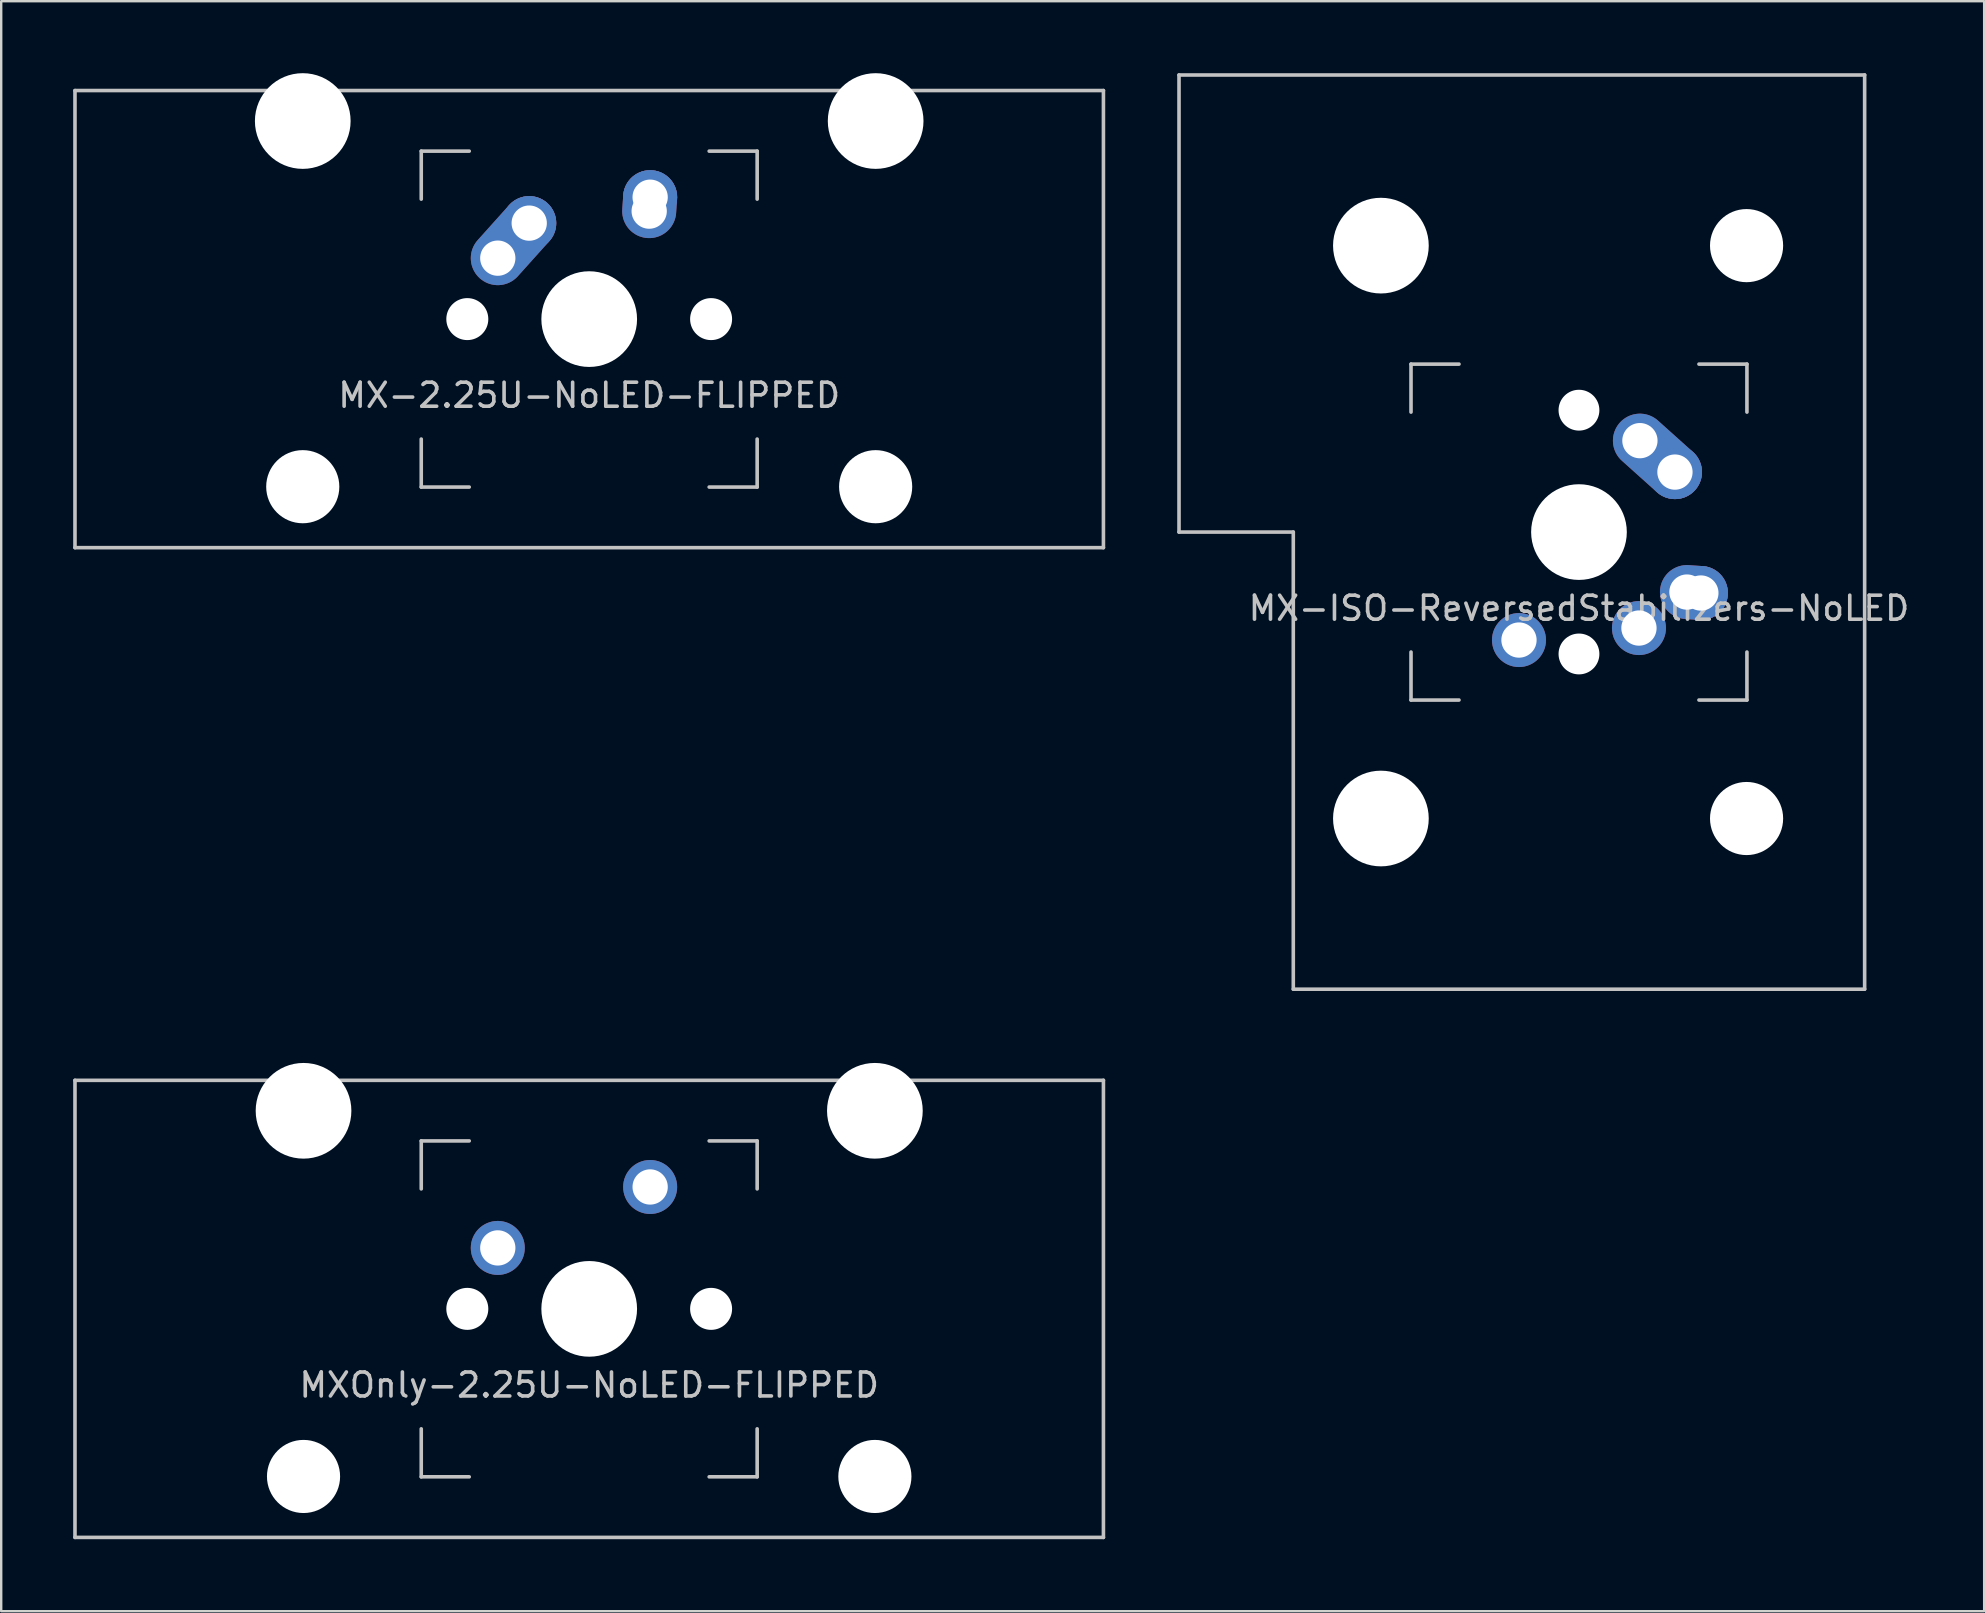
<source format=kicad_pcb>
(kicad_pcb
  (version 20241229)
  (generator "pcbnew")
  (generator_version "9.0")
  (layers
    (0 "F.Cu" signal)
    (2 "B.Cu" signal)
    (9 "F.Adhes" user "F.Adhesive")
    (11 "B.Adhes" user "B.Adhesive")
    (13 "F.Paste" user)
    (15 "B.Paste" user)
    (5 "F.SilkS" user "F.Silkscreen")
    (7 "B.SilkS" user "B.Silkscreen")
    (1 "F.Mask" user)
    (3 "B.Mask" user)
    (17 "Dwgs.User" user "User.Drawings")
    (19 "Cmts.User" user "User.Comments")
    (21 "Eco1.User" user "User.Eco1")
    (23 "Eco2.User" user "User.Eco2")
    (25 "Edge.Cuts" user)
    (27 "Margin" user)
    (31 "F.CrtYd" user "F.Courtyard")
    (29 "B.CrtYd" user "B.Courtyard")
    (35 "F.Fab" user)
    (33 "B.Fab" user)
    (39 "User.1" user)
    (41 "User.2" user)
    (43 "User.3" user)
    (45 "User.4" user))
  (footprint "MX-2.25U-NoLED-FLIPPED"
    (layer "F.Cu")
    (at 21.506 10.249)
    (property "Reference" "MX-2.25U-NoLED-FLIPPED" (at 0 3.175 0) (layer "Dwgs.User") (effects (font (size 1 1) (thickness 0.15))))
    (attr through_hole)
    (fp_line (start -21.431 9.525) (end -21.431 -9.525) (stroke (width 0.15) (type solid)) (layer "Dwgs.User"))
    (fp_line (start -7 -7) (end -7 -5) (stroke (width 0.15) (type solid)) (layer "Dwgs.User"))
    (fp_line (start -7 5) (end -7 7) (stroke (width 0.15) (type solid)) (layer "Dwgs.User"))
    (fp_line (start -7 7) (end -5 7) (stroke (width 0.15) (type solid)) (layer "Dwgs.User"))
    (fp_line (start -5 -7) (end -7 -7) (stroke (width 0.15) (type solid)) (layer "Dwgs.User"))
    (fp_line (start 5 -7) (end 7 -7) (stroke (width 0.15) (type solid)) (layer "Dwgs.User"))
    (fp_line (start 5 7) (end 7 7) (stroke (width 0.15) (type solid)) (layer "Dwgs.User"))
    (fp_line (start 7 -7) (end 7 -5) (stroke (width 0.15) (type solid)) (layer "Dwgs.User"))
    (fp_line (start 7 7) (end 7 5) (stroke (width 0.15) (type solid)) (layer "Dwgs.User"))
    (fp_line (start 21.431 -9.525) (end -21.431 -9.525) (stroke (width 0.15) (type solid)) (layer "Dwgs.User"))
    (fp_line (start 21.431 -9.525) (end 21.431 9.525) (stroke (width 0.15) (type solid)) (layer "Dwgs.User"))
    (fp_line (start 21.431 9.525) (end -21.431 9.525) (stroke (width 0.15) (type solid)) (layer "Dwgs.User"))
    (pad "" np_thru_hole circle (at -11.938 -8.255 180) (size 3.988 3.988) (drill 3.988) (layers "*.Cu" "*.Mask"))
    (pad "" np_thru_hole circle (at -11.938 6.985 180) (size 3.048 3.048) (drill 3.048) (layers "*.Cu" "*.Mask"))
    (pad "" np_thru_hole circle (at -5.08 0 48.1) (size 1.75 1.75) (drill 1.75) (layers "*.Cu" "*.Mask"))
    (pad "" np_thru_hole circle (at 0 0 90) (size 3.988 3.988) (drill 3.988) (layers "*.Cu" "*.Mask"))
    (pad "" np_thru_hole circle (at 5.08 0 48.1) (size 1.75 1.75) (drill 1.75) (layers "*.Cu" "*.Mask"))
    (pad "" np_thru_hole circle (at 11.938 -8.255 180) (size 3.988 3.988) (drill 3.988) (layers "*.Cu" "*.Mask"))
    (pad "" np_thru_hole circle (at 11.938 6.985 180) (size 3.048 3.048) (drill 3.048) (layers "*.Cu" "*.Mask"))
    (pad "1" thru_hole oval (at -3.81 -2.54 48.1) (size 4.212 2.25) (drill 1.47 (offset 0.981 0)) (layers "*.Cu" "B.Mask"))
    (pad "1" thru_hole circle (at -2.5 -4) (size 2.25 2.25) (drill 1.47) (layers "*.Cu" "B.Mask"))
    (pad "2" thru_hole oval (at 2.5 -4.5 86.055) (size 2.831 2.25) (drill 1.47 (offset 0.291 0)) (layers "*.Cu" "B.Mask"))
    (pad "2" thru_hole circle (at 2.54 -5.08) (size 2.25 2.25) (drill 1.47) (layers "*.Cu" "B.Mask")))
  (footprint "MX-ISO-ReversedStabilizers-NoLED"
    (layer "F.Cu")
    (at 62.756 19.125)
    (property "Reference" "MX-ISO-ReversedStabilizers-NoLED" (at 0 3.175 0) (layer "Dwgs.User") (effects (font (size 1 1) (thickness 0.15))))
    (attr through_hole)
    (fp_line (start -16.669 -19.05) (end -16.669 0) (stroke (width 0.15) (type solid)) (layer "Dwgs.User"))
    (fp_line (start -16.669 -19.05) (end 11.906 -19.05) (stroke (width 0.15) (type solid)) (layer "Dwgs.User"))
    (fp_line (start -11.906 0) (end -16.669 0) (stroke (width 0.15) (type solid)) (layer "Dwgs.User"))
    (fp_line (start -11.906 19.05) (end -11.906 0) (stroke (width 0.15) (type solid)) (layer "Dwgs.User"))
    (fp_line (start -11.906 19.05) (end 11.906 19.05) (stroke (width 0.15) (type solid)) (layer "Dwgs.User"))
    (fp_line (start -7 -7) (end -7 -5) (stroke (width 0.15) (type solid)) (layer "Dwgs.User"))
    (fp_line (start -7 5) (end -7 7) (stroke (width 0.15) (type solid)) (layer "Dwgs.User"))
    (fp_line (start -7 7) (end -5 7) (stroke (width 0.15) (type solid)) (layer "Dwgs.User"))
    (fp_line (start -5 -7) (end -7 -7) (stroke (width 0.15) (type solid)) (layer "Dwgs.User"))
    (fp_line (start 5 -7) (end 7 -7) (stroke (width 0.15) (type solid)) (layer "Dwgs.User"))
    (fp_line (start 5 7) (end 7 7) (stroke (width 0.15) (type solid)) (layer "Dwgs.User"))
    (fp_line (start 7 -7) (end 7 -5) (stroke (width 0.15) (type solid)) (layer "Dwgs.User"))
    (fp_line (start 7 7) (end 7 5) (stroke (width 0.15) (type solid)) (layer "Dwgs.User"))
    (fp_line (start 11.906 -19.05) (end 11.906 19.05) (stroke (width 0.15) (type solid)) (layer "Dwgs.User"))
    (pad "" np_thru_hole circle (at -8.255 -11.938) (size 3.988 3.988) (drill 3.988) (layers "*.Cu" "*.Mask"))
    (pad "" np_thru_hole circle (at -8.255 11.938) (size 3.988 3.988) (drill 3.988) (layers "*.Cu" "*.Mask"))
    (pad "" np_thru_hole circle (at 0 -5.08 48.1) (size 1.702 1.702) (drill 1.702) (layers "*.Cu" "*.Mask"))
    (pad "" np_thru_hole circle (at 0 0) (size 3.988 3.988) (drill 3.988) (layers "*.Cu" "*.Mask"))
    (pad "" np_thru_hole circle (at 0 5.08 48.1) (size 1.702 1.702) (drill 1.702) (layers "*.Cu" "*.Mask"))
    (pad "" np_thru_hole circle (at 6.985 -11.938) (size 3.048 3.048) (drill 3.048) (layers "*.Cu" "*.Mask"))
    (pad "" np_thru_hole circle (at 6.985 11.938) (size 3.048 3.048) (drill 3.048) (layers "*.Cu" "*.Mask"))
    (pad "1" thru_hole circle (at 2.5 4) (size 2.25 2.25) (drill 1.47) (layers "*.Cu" "B.Mask"))
    (pad "1" thru_hole oval (at 4.5 2.5 356.055) (size 2.831 2.25) (drill 1.47 (offset 0.291 0)) (layers "*.Cu" "B.Mask"))
    (pad "1" thru_hole circle (at 5.08 2.54) (size 2.25 2.25) (drill 1.47) (layers "*.Cu" "B.Mask"))
    (pad "2" thru_hole circle (at -2.5 4.5) (size 2.25 2.25) (drill 1.47) (layers "*.Cu" "B.Mask"))
    (pad "2" thru_hole oval (at 2.54 -3.81 318.1) (size 4.212 2.25) (drill 1.47 (offset 0.981 0)) (layers "*.Cu" "B.Mask"))
    (pad "2" thru_hole circle (at 4 -2.5) (size 2.25 2.25) (drill 1.47) (layers "*.Cu" "B.Mask")))
  (footprint "MXOnly-2.25U-NoLED-FLIPPED"
    (layer "F.Cu")
    (at 21.506 51.499)
    (property "Reference" "MXOnly-2.25U-NoLED-FLIPPED" (at 0 3.175 0) (layer "Dwgs.User") (effects (font (size 1 1) (thickness 0.15))))
    (attr through_hole)
    (fp_line (start -21.431 9.525) (end -21.431 -9.525) (stroke (width 0.15) (type solid)) (layer "Dwgs.User"))
    (fp_line (start -7 -7) (end -7 -5) (stroke (width 0.15) (type solid)) (layer "Dwgs.User"))
    (fp_line (start -7 5) (end -7 7) (stroke (width 0.15) (type solid)) (layer "Dwgs.User"))
    (fp_line (start -7 7) (end -5 7) (stroke (width 0.15) (type solid)) (layer "Dwgs.User"))
    (fp_line (start -5 -7) (end -7 -7) (stroke (width 0.15) (type solid)) (layer "Dwgs.User"))
    (fp_line (start 5 -7) (end 7 -7) (stroke (width 0.15) (type solid)) (layer "Dwgs.User"))
    (fp_line (start 5 7) (end 7 7) (stroke (width 0.15) (type solid)) (layer "Dwgs.User"))
    (fp_line (start 7 -7) (end 7 -5) (stroke (width 0.15) (type solid)) (layer "Dwgs.User"))
    (fp_line (start 7 7) (end 7 5) (stroke (width 0.15) (type solid)) (layer "Dwgs.User"))
    (fp_line (start 21.431 -9.525) (end -21.431 -9.525) (stroke (width 0.15) (type solid)) (layer "Dwgs.User"))
    (fp_line (start 21.431 -9.525) (end 21.431 9.525) (stroke (width 0.15) (type solid)) (layer "Dwgs.User"))
    (fp_line (start 21.431 9.525) (end -21.431 9.525) (stroke (width 0.15) (type solid)) (layer "Dwgs.User"))
    (pad "" np_thru_hole circle (at -11.906 -8.255 180) (size 3.988 3.988) (drill 3.988) (layers "*.Cu" "*.Mask"))
    (pad "" np_thru_hole circle (at -11.906 6.985 180) (size 3.048 3.048) (drill 3.048) (layers "*.Cu" "*.Mask"))
    (pad "" np_thru_hole circle (at -5.08 0 48.1) (size 1.75 1.75) (drill 1.75) (layers "*.Cu" "*.Mask"))
    (pad "" np_thru_hole circle (at 0 0 180) (size 3.988 3.988) (drill 3.988) (layers "*.Cu" "*.Mask"))
    (pad "" np_thru_hole circle (at 5.08 0 48.1) (size 1.75 1.75) (drill 1.75) (layers "*.Cu" "*.Mask"))
    (pad "" np_thru_hole circle (at 11.906 -8.255 180) (size 3.988 3.988) (drill 3.988) (layers "*.Cu" "*.Mask"))
    (pad "" np_thru_hole circle (at 11.906 6.985 180) (size 3.048 3.048) (drill 3.048) (layers "*.Cu" "*.Mask"))
    (pad "1" thru_hole circle (at -3.81 -2.54) (size 2.25 2.25) (drill 1.47) (layers "*.Cu" "B.Mask"))
    (pad "2" thru_hole circle (at 2.54 -5.08) (size 2.25 2.25) (drill 1.47) (layers "*.Cu" "B.Mask")))
  (gr_rect
    (start -3 -3)
    (end 79.643 64.099)
    (stroke (width 0.1) (type default))
    (fill no)
    (layer "Edge.Cuts")))
</source>
